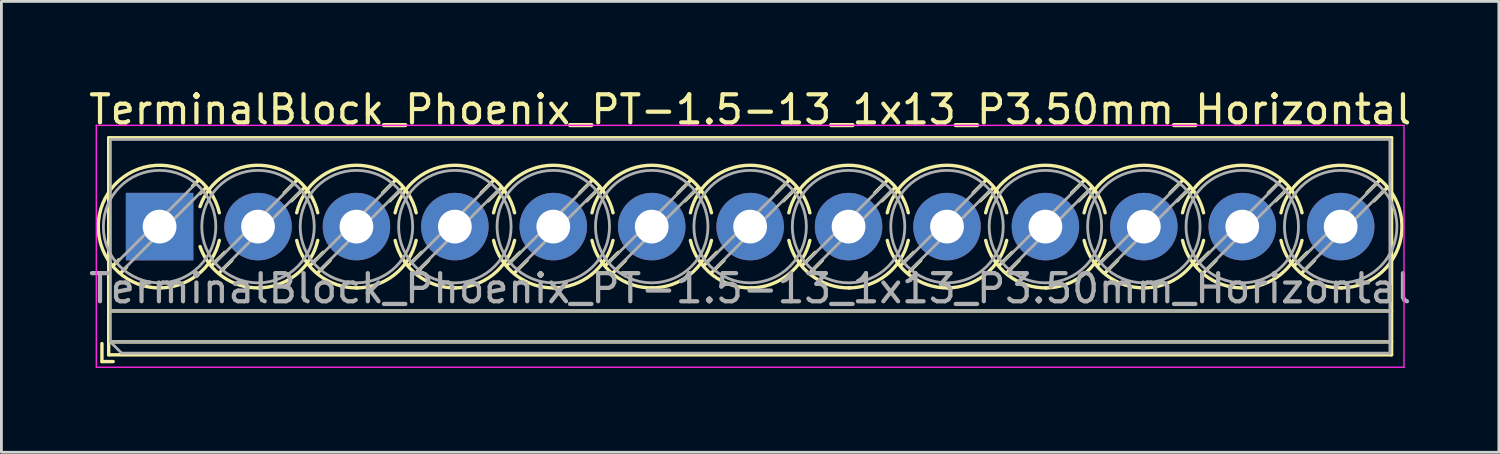
<source format=kicad_pcb>
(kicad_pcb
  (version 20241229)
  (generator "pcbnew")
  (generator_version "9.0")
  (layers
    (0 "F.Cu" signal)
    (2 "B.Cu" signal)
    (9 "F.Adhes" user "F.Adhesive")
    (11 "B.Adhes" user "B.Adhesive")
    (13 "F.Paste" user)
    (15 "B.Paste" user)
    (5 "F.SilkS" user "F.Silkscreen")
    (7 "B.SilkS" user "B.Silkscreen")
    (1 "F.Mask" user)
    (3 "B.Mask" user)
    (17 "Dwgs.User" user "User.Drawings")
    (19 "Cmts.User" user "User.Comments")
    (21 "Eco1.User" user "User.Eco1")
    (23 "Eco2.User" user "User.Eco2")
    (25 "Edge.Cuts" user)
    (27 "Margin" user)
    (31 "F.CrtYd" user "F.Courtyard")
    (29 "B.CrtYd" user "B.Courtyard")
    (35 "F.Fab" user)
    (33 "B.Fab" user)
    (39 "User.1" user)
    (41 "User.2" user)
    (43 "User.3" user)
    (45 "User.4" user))
  (footprint "TerminalBlock_Phoenix_PT-1.5-13_1x13_P3.50mm_Horizontal"
    (layer "F.Cu")
    (at 2.625 5.008)
    (property "Reference" "TerminalBlock_Phoenix_PT-1.5-13_1x13_P3.50mm_Horizontal" (at 21 -4.16 0) (layer "F.SilkS") (effects (font (size 1 1) (thickness 0.15))))
    (attr through_hole)
    (fp_line (start -2.05 4.16) (end -2.05 4.8) (stroke (width 0.12) (type solid)) (layer "F.SilkS"))
    (fp_line (start -2.05 4.8) (end -1.65 4.8) (stroke (width 0.12) (type solid)) (layer "F.SilkS"))
    (fp_line (start -1.81 -3.16) (end -1.81 4.56) (stroke (width 0.12) (type solid)) (layer "F.SilkS"))
    (fp_line (start -1.81 -3.16) (end 43.81 -3.16) (stroke (width 0.12) (type solid)) (layer "F.SilkS"))
    (fp_line (start -1.81 3) (end 43.81 3) (stroke (width 0.12) (type solid)) (layer "F.SilkS"))
    (fp_line (start -1.81 4.1) (end 43.81 4.1) (stroke (width 0.12) (type solid)) (layer "F.SilkS"))
    (fp_line (start -1.81 4.56) (end 43.81 4.56) (stroke (width 0.12) (type solid)) (layer "F.SilkS"))
    (fp_line (start -1.441 1.175) (end -1.654 1.388) (stroke (width 0.12) (type solid)) (layer "F.SilkS"))
    (fp_line (start -1.175 1.441) (end -1.388 1.654) (stroke (width 0.12) (type solid)) (layer "F.SilkS"))
    (fp_line (start 1.388 -1.654) (end 1.175 -1.441) (stroke (width 0.12) (type solid)) (layer "F.SilkS"))
    (fp_line (start 1.654 -1.388) (end 1.441 -1.175) (stroke (width 0.12) (type solid)) (layer "F.SilkS"))
    (fp_line (start 2.318 0.916) (end 1.847 1.388) (stroke (width 0.12) (type solid)) (layer "F.SilkS"))
    (fp_line (start 2.569 1.198) (end 2.113 1.654) (stroke (width 0.12) (type solid)) (layer "F.SilkS"))
    (fp_line (start 4.888 -1.654) (end 4.432 -1.198) (stroke (width 0.12) (type solid)) (layer "F.SilkS"))
    (fp_line (start 5.154 -1.388) (end 4.683 -0.916) (stroke (width 0.12) (type solid)) (layer "F.SilkS"))
    (fp_line (start 5.818 0.916) (end 5.347 1.388) (stroke (width 0.12) (type solid)) (layer "F.SilkS"))
    (fp_line (start 6.069 1.198) (end 5.613 1.654) (stroke (width 0.12) (type solid)) (layer "F.SilkS"))
    (fp_line (start 8.388 -1.654) (end 7.932 -1.198) (stroke (width 0.12) (type solid)) (layer "F.SilkS"))
    (fp_line (start 8.654 -1.388) (end 8.183 -0.916) (stroke (width 0.12) (type solid)) (layer "F.SilkS"))
    (fp_line (start 9.318 0.916) (end 8.847 1.388) (stroke (width 0.12) (type solid)) (layer "F.SilkS"))
    (fp_line (start 9.569 1.198) (end 9.113 1.654) (stroke (width 0.12) (type solid)) (layer "F.SilkS"))
    (fp_line (start 11.888 -1.654) (end 11.432 -1.198) (stroke (width 0.12) (type solid)) (layer "F.SilkS"))
    (fp_line (start 12.154 -1.388) (end 11.683 -0.916) (stroke (width 0.12) (type solid)) (layer "F.SilkS"))
    (fp_line (start 12.818 0.916) (end 12.347 1.388) (stroke (width 0.12) (type solid)) (layer "F.SilkS"))
    (fp_line (start 13.069 1.198) (end 12.613 1.654) (stroke (width 0.12) (type solid)) (layer "F.SilkS"))
    (fp_line (start 15.388 -1.654) (end 14.932 -1.198) (stroke (width 0.12) (type solid)) (layer "F.SilkS"))
    (fp_line (start 15.654 -1.388) (end 15.183 -0.916) (stroke (width 0.12) (type solid)) (layer "F.SilkS"))
    (fp_line (start 16.318 0.916) (end 15.847 1.388) (stroke (width 0.12) (type solid)) (layer "F.SilkS"))
    (fp_line (start 16.569 1.198) (end 16.113 1.654) (stroke (width 0.12) (type solid)) (layer "F.SilkS"))
    (fp_line (start 18.888 -1.654) (end 18.432 -1.198) (stroke (width 0.12) (type solid)) (layer "F.SilkS"))
    (fp_line (start 19.154 -1.388) (end 18.683 -0.916) (stroke (width 0.12) (type solid)) (layer "F.SilkS"))
    (fp_line (start 19.818 0.916) (end 19.347 1.388) (stroke (width 0.12) (type solid)) (layer "F.SilkS"))
    (fp_line (start 20.069 1.198) (end 19.613 1.654) (stroke (width 0.12) (type solid)) (layer "F.SilkS"))
    (fp_line (start 22.388 -1.654) (end 21.932 -1.198) (stroke (width 0.12) (type solid)) (layer "F.SilkS"))
    (fp_line (start 22.654 -1.388) (end 22.183 -0.916) (stroke (width 0.12) (type solid)) (layer "F.SilkS"))
    (fp_line (start 23.318 0.916) (end 22.847 1.388) (stroke (width 0.12) (type solid)) (layer "F.SilkS"))
    (fp_line (start 23.569 1.198) (end 23.113 1.654) (stroke (width 0.12) (type solid)) (layer "F.SilkS"))
    (fp_line (start 25.888 -1.654) (end 25.432 -1.198) (stroke (width 0.12) (type solid)) (layer "F.SilkS"))
    (fp_line (start 26.154 -1.388) (end 25.683 -0.916) (stroke (width 0.12) (type solid)) (layer "F.SilkS"))
    (fp_line (start 26.818 0.916) (end 26.347 1.388) (stroke (width 0.12) (type solid)) (layer "F.SilkS"))
    (fp_line (start 27.069 1.198) (end 26.613 1.654) (stroke (width 0.12) (type solid)) (layer "F.SilkS"))
    (fp_line (start 29.388 -1.654) (end 28.932 -1.198) (stroke (width 0.12) (type solid)) (layer "F.SilkS"))
    (fp_line (start 29.654 -1.388) (end 29.183 -0.916) (stroke (width 0.12) (type solid)) (layer "F.SilkS"))
    (fp_line (start 30.318 0.916) (end 29.847 1.388) (stroke (width 0.12) (type solid)) (layer "F.SilkS"))
    (fp_line (start 30.569 1.198) (end 30.113 1.654) (stroke (width 0.12) (type solid)) (layer "F.SilkS"))
    (fp_line (start 32.888 -1.654) (end 32.432 -1.198) (stroke (width 0.12) (type solid)) (layer "F.SilkS"))
    (fp_line (start 33.154 -1.388) (end 32.683 -0.916) (stroke (width 0.12) (type solid)) (layer "F.SilkS"))
    (fp_line (start 33.818 0.916) (end 33.347 1.388) (stroke (width 0.12) (type solid)) (layer "F.SilkS"))
    (fp_line (start 34.069 1.198) (end 33.613 1.654) (stroke (width 0.12) (type solid)) (layer "F.SilkS"))
    (fp_line (start 36.388 -1.654) (end 35.932 -1.198) (stroke (width 0.12) (type solid)) (layer "F.SilkS"))
    (fp_line (start 36.654 -1.388) (end 36.183 -0.916) (stroke (width 0.12) (type solid)) (layer "F.SilkS"))
    (fp_line (start 37.318 0.916) (end 36.847 1.388) (stroke (width 0.12) (type solid)) (layer "F.SilkS"))
    (fp_line (start 37.569 1.198) (end 37.113 1.654) (stroke (width 0.12) (type solid)) (layer "F.SilkS"))
    (fp_line (start 39.888 -1.654) (end 39.432 -1.198) (stroke (width 0.12) (type solid)) (layer "F.SilkS"))
    (fp_line (start 40.154 -1.388) (end 39.683 -0.916) (stroke (width 0.12) (type solid)) (layer "F.SilkS"))
    (fp_line (start 40.818 0.916) (end 40.347 1.388) (stroke (width 0.12) (type solid)) (layer "F.SilkS"))
    (fp_line (start 41.069 1.198) (end 40.613 1.654) (stroke (width 0.12) (type solid)) (layer "F.SilkS"))
    (fp_line (start 43.388 -1.654) (end 42.932 -1.198) (stroke (width 0.12) (type solid)) (layer "F.SilkS"))
    (fp_line (start 43.654 -1.388) (end 43.183 -0.916) (stroke (width 0.12) (type solid)) (layer "F.SilkS"))
    (fp_line (start 43.81 -3.16) (end 43.81 4.56) (stroke (width 0.12) (type solid)) (layer "F.SilkS"))
    (fp_arc (start 0.038458 2.180648) (mid -1.718884 -1.342439) (end 2.125 -0.491) (stroke (width 0.12) (type solid)) (layer "F.SilkS"))
    (fp_arc (start 1.437707 -0.709687) (mid 3.61375 -2.17802) (end 5.625 -0.491) (stroke (width 0.12) (type solid)) (layer "F.SilkS"))
    (fp_arc (start 2.124127 0.490393) (mid 1.357082 1.706086) (end 0 2.18) (stroke (width 0.12) (type solid)) (layer "F.SilkS"))
    (fp_arc (start 3.538366 2.17953) (mid 2.249943 1.785828) (end 1.439 0.71) (stroke (width 0.12) (type solid)) (layer "F.SilkS"))
    (fp_arc (start 4.874822 -0.490231) (mid 6.999605 -2.180988) (end 9.125 -0.491) (stroke (width 0.12) (type solid)) (layer "F.SilkS"))
    (fp_arc (start 5.624127 0.490393) (mid 4.857082 1.706086) (end 3.5 2.18) (stroke (width 0.12) (type solid)) (layer "F.SilkS"))
    (fp_arc (start 7.038666 2.17967) (mid 5.658338 1.718255) (end 4.876 0.491) (stroke (width 0.12) (type solid)) (layer "F.SilkS"))
    (fp_arc (start 8.374822 -0.490231) (mid 10.499605 -2.180988) (end 12.625 -0.491) (stroke (width 0.12) (type solid)) (layer "F.SilkS"))
    (fp_arc (start 9.124127 0.490393) (mid 8.357082 1.706086) (end 7 2.18) (stroke (width 0.12) (type solid)) (layer "F.SilkS"))
    (fp_arc (start 10.538666 2.17967) (mid 9.158338 1.718255) (end 8.376 0.491) (stroke (width 0.12) (type solid)) (layer "F.SilkS"))
    (fp_arc (start 11.874822 -0.490231) (mid 13.999605 -2.180988) (end 16.125 -0.491) (stroke (width 0.12) (type solid)) (layer "F.SilkS"))
    (fp_arc (start 12.624127 0.490393) (mid 11.857082 1.706086) (end 10.5 2.18) (stroke (width 0.12) (type solid)) (layer "F.SilkS"))
    (fp_arc (start 14.038666 2.17967) (mid 12.658338 1.718255) (end 11.876 0.491) (stroke (width 0.12) (type solid)) (layer "F.SilkS"))
    (fp_arc (start 15.374822 -0.490231) (mid 17.499605 -2.180988) (end 19.625 -0.491) (stroke (width 0.12) (type solid)) (layer "F.SilkS"))
    (fp_arc (start 16.124127 0.490393) (mid 15.357082 1.706086) (end 14 2.18) (stroke (width 0.12) (type solid)) (layer "F.SilkS"))
    (fp_arc (start 17.538666 2.17967) (mid 16.158338 1.718255) (end 15.376 0.491) (stroke (width 0.12) (type solid)) (layer "F.SilkS"))
    (fp_arc (start 18.874822 -0.490231) (mid 20.999605 -2.180988) (end 23.125 -0.491) (stroke (width 0.12) (type solid)) (layer "F.SilkS"))
    (fp_arc (start 19.624127 0.490393) (mid 18.857082 1.706086) (end 17.5 2.18) (stroke (width 0.12) (type solid)) (layer "F.SilkS"))
    (fp_arc (start 21.038666 2.17967) (mid 19.658338 1.718255) (end 18.876 0.491) (stroke (width 0.12) (type solid)) (layer "F.SilkS"))
    (fp_arc (start 22.374822 -0.490231) (mid 24.499605 -2.180988) (end 26.625 -0.491) (stroke (width 0.12) (type solid)) (layer "F.SilkS"))
    (fp_arc (start 23.124127 0.490393) (mid 22.357082 1.706086) (end 21 2.18) (stroke (width 0.12) (type solid)) (layer "F.SilkS"))
    (fp_arc (start 24.538666 2.17967) (mid 23.158338 1.718255) (end 22.376 0.491) (stroke (width 0.12) (type solid)) (layer "F.SilkS"))
    (fp_arc (start 25.874822 -0.490231) (mid 27.999605 -2.180988) (end 30.125 -0.491) (stroke (width 0.12) (type solid)) (layer "F.SilkS"))
    (fp_arc (start 26.624127 0.490393) (mid 25.857082 1.706086) (end 24.5 2.18) (stroke (width 0.12) (type solid)) (layer "F.SilkS"))
    (fp_arc (start 28.038666 2.17967) (mid 26.658338 1.718255) (end 25.876 0.491) (stroke (width 0.12) (type solid)) (layer "F.SilkS"))
    (fp_arc (start 29.374822 -0.490231) (mid 31.499605 -2.180988) (end 33.625 -0.491) (stroke (width 0.12) (type solid)) (layer "F.SilkS"))
    (fp_arc (start 30.124127 0.490393) (mid 29.357082 1.706086) (end 28 2.18) (stroke (width 0.12) (type solid)) (layer "F.SilkS"))
    (fp_arc (start 31.538666 2.17967) (mid 30.158338 1.718255) (end 29.376 0.491) (stroke (width 0.12) (type solid)) (layer "F.SilkS"))
    (fp_arc (start 32.874822 -0.490231) (mid 34.999605 -2.180988) (end 37.125 -0.491) (stroke (width 0.12) (type solid)) (layer "F.SilkS"))
    (fp_arc (start 33.624127 0.490393) (mid 32.857082 1.706086) (end 31.5 2.18) (stroke (width 0.12) (type solid)) (layer "F.SilkS"))
    (fp_arc (start 35.038666 2.17967) (mid 33.658338 1.718255) (end 32.876 0.491) (stroke (width 0.12) (type solid)) (layer "F.SilkS"))
    (fp_arc (start 36.374822 -0.490231) (mid 38.499605 -2.180988) (end 40.625 -0.491) (stroke (width 0.12) (type solid)) (layer "F.SilkS"))
    (fp_arc (start 37.124127 0.490393) (mid 36.357082 1.706086) (end 35 2.18) (stroke (width 0.12) (type solid)) (layer "F.SilkS"))
    (fp_arc (start 38.538666 2.17967) (mid 37.158338 1.718255) (end 36.376 0.491) (stroke (width 0.12) (type solid)) (layer "F.SilkS"))
    (fp_arc (start 39.875873 -0.490393) (mid 43.706086 -1.357082) (end 42 2.18) (stroke (width 0.12) (type solid)) (layer "F.SilkS"))
    (fp_arc (start 40.624127 0.490393) (mid 39.857082 1.706086) (end 38.5 2.18) (stroke (width 0.12) (type solid)) (layer "F.SilkS"))
    (fp_arc (start 42.038666 2.17967) (mid 40.658338 1.718255) (end 39.876 0.491) (stroke (width 0.12) (type solid)) (layer "F.SilkS"))
    (fp_line (start -2.25 -3.6) (end -2.25 5) (stroke (width 0.05) (type solid)) (layer "F.CrtYd"))
    (fp_line (start -2.25 5) (end 44.25 5) (stroke (width 0.05) (type solid)) (layer "F.CrtYd"))
    (fp_line (start 44.25 -3.6) (end -2.25 -3.6) (stroke (width 0.05) (type solid)) (layer "F.CrtYd"))
    (fp_line (start 44.25 5) (end 44.25 -3.6) (stroke (width 0.05) (type solid)) (layer "F.CrtYd"))
    (fp_line (start -1.75 -3.1) (end 43.75 -3.1) (stroke (width 0.1) (type solid)) (layer "F.Fab"))
    (fp_line (start -1.75 3) (end 43.75 3) (stroke (width 0.1) (type solid)) (layer "F.Fab"))
    (fp_line (start -1.75 4.1) (end -1.75 -3.1) (stroke (width 0.1) (type solid)) (layer "F.Fab"))
    (fp_line (start -1.75 4.1) (end 43.75 4.1) (stroke (width 0.1) (type solid)) (layer "F.Fab"))
    (fp_line (start -1.35 4.5) (end -1.75 4.1) (stroke (width 0.1) (type solid)) (layer "F.Fab"))
    (fp_line (start 1.273 -1.517) (end -1.517 1.273) (stroke (width 0.1) (type solid)) (layer "F.Fab"))
    (fp_line (start 1.517 -1.273) (end -1.273 1.517) (stroke (width 0.1) (type solid)) (layer "F.Fab"))
    (fp_line (start 4.773 -1.517) (end 1.984 1.273) (stroke (width 0.1) (type solid)) (layer "F.Fab"))
    (fp_line (start 5.017 -1.273) (end 2.228 1.517) (stroke (width 0.1) (type solid)) (layer "F.Fab"))
    (fp_line (start 8.273 -1.517) (end 5.484 1.273) (stroke (width 0.1) (type solid)) (layer "F.Fab"))
    (fp_line (start 8.517 -1.273) (end 5.728 1.517) (stroke (width 0.1) (type solid)) (layer "F.Fab"))
    (fp_line (start 11.773 -1.517) (end 8.984 1.273) (stroke (width 0.1) (type solid)) (layer "F.Fab"))
    (fp_line (start 12.017 -1.273) (end 9.228 1.517) (stroke (width 0.1) (type solid)) (layer "F.Fab"))
    (fp_line (start 15.273 -1.517) (end 12.484 1.273) (stroke (width 0.1) (type solid)) (layer "F.Fab"))
    (fp_line (start 15.517 -1.273) (end 12.728 1.517) (stroke (width 0.1) (type solid)) (layer "F.Fab"))
    (fp_line (start 18.773 -1.517) (end 15.984 1.273) (stroke (width 0.1) (type solid)) (layer "F.Fab"))
    (fp_line (start 19.017 -1.273) (end 16.228 1.517) (stroke (width 0.1) (type solid)) (layer "F.Fab"))
    (fp_line (start 22.273 -1.517) (end 19.484 1.273) (stroke (width 0.1) (type solid)) (layer "F.Fab"))
    (fp_line (start 22.517 -1.273) (end 19.728 1.517) (stroke (width 0.1) (type solid)) (layer "F.Fab"))
    (fp_line (start 25.773 -1.517) (end 22.984 1.273) (stroke (width 0.1) (type solid)) (layer "F.Fab"))
    (fp_line (start 26.017 -1.273) (end 23.228 1.517) (stroke (width 0.1) (type solid)) (layer "F.Fab"))
    (fp_line (start 29.273 -1.517) (end 26.484 1.273) (stroke (width 0.1) (type solid)) (layer "F.Fab"))
    (fp_line (start 29.517 -1.273) (end 26.728 1.517) (stroke (width 0.1) (type solid)) (layer "F.Fab"))
    (fp_line (start 32.773 -1.517) (end 29.984 1.273) (stroke (width 0.1) (type solid)) (layer "F.Fab"))
    (fp_line (start 33.017 -1.273) (end 30.228 1.517) (stroke (width 0.1) (type solid)) (layer "F.Fab"))
    (fp_line (start 36.273 -1.517) (end 33.484 1.273) (stroke (width 0.1) (type solid)) (layer "F.Fab"))
    (fp_line (start 36.517 -1.273) (end 33.728 1.517) (stroke (width 0.1) (type solid)) (layer "F.Fab"))
    (fp_line (start 39.773 -1.517) (end 36.984 1.273) (stroke (width 0.1) (type solid)) (layer "F.Fab"))
    (fp_line (start 40.017 -1.273) (end 37.228 1.517) (stroke (width 0.1) (type solid)) (layer "F.Fab"))
    (fp_line (start 43.273 -1.517) (end 40.484 1.273) (stroke (width 0.1) (type solid)) (layer "F.Fab"))
    (fp_line (start 43.517 -1.273) (end 40.728 1.517) (stroke (width 0.1) (type solid)) (layer "F.Fab"))
    (fp_line (start 43.75 -3.1) (end 43.75 4.5) (stroke (width 0.1) (type solid)) (layer "F.Fab"))
    (fp_line (start 43.75 4.5) (end -1.35 4.5) (stroke (width 0.1) (type solid)) (layer "F.Fab"))
    (fp_circle (center 0 0) (end 2 0) (stroke (width 0.1) (type solid)) (fill no) (layer "F.Fab"))
    (fp_circle (center 3.5 0) (end 5.5 0) (stroke (width 0.1) (type solid)) (fill no) (layer "F.Fab"))
    (fp_circle (center 7 0) (end 9 0) (stroke (width 0.1) (type solid)) (fill no) (layer "F.Fab"))
    (fp_circle (center 10.5 0) (end 12.5 0) (stroke (width 0.1) (type solid)) (fill no) (layer "F.Fab"))
    (fp_circle (center 14 0) (end 16 0) (stroke (width 0.1) (type solid)) (fill no) (layer "F.Fab"))
    (fp_circle (center 17.5 0) (end 19.5 0) (stroke (width 0.1) (type solid)) (fill no) (layer "F.Fab"))
    (fp_circle (center 21 0) (end 23 0) (stroke (width 0.1) (type solid)) (fill no) (layer "F.Fab"))
    (fp_circle (center 24.5 0) (end 26.5 0) (stroke (width 0.1) (type solid)) (fill no) (layer "F.Fab"))
    (fp_circle (center 28 0) (end 30 0) (stroke (width 0.1) (type solid)) (fill no) (layer "F.Fab"))
    (fp_circle (center 31.5 0) (end 33.5 0) (stroke (width 0.1) (type solid)) (fill no) (layer "F.Fab"))
    (fp_circle (center 35 0) (end 37 0) (stroke (width 0.1) (type solid)) (fill no) (layer "F.Fab"))
    (fp_circle (center 38.5 0) (end 40.5 0) (stroke (width 0.1) (type solid)) (fill no) (layer "F.Fab"))
    (fp_circle (center 42 0) (end 44 0) (stroke (width 0.1) (type solid)) (fill no) (layer "F.Fab"))
    (fp_text user "${REFERENCE}" (at 21 2.2 0) (layer "F.Fab") (effects (font (size 1 1) (thickness 0.15))))
    (pad "1" thru_hole rect (at 0 0) (size 2.4 2.4) (drill 1.2) (layers "*.Cu" "*.Mask"))
    (pad "2" thru_hole circle (at 3.5 0) (size 2.4 2.4) (drill 1.2) (layers "*.Cu" "*.Mask"))
    (pad "3" thru_hole circle (at 7 0) (size 2.4 2.4) (drill 1.2) (layers "*.Cu" "*.Mask"))
    (pad "4" thru_hole circle (at 10.5 0) (size 2.4 2.4) (drill 1.2) (layers "*.Cu" "*.Mask"))
    (pad "5" thru_hole circle (at 14 0) (size 2.4 2.4) (drill 1.2) (layers "*.Cu" "*.Mask"))
    (pad "6" thru_hole circle (at 17.5 0) (size 2.4 2.4) (drill 1.2) (layers "*.Cu" "*.Mask"))
    (pad "7" thru_hole circle (at 21 0) (size 2.4 2.4) (drill 1.2) (layers "*.Cu" "*.Mask"))
    (pad "8" thru_hole circle (at 24.5 0) (size 2.4 2.4) (drill 1.2) (layers "*.Cu" "*.Mask"))
    (pad "9" thru_hole circle (at 28 0) (size 2.4 2.4) (drill 1.2) (layers "*.Cu" "*.Mask"))
    (pad "10" thru_hole circle (at 31.5 0) (size 2.4 2.4) (drill 1.2) (layers "*.Cu" "*.Mask"))
    (pad "11" thru_hole circle (at 35 0) (size 2.4 2.4) (drill 1.2) (layers "*.Cu" "*.Mask"))
    (pad "12" thru_hole circle (at 38.5 0) (size 2.4 2.4) (drill 1.2) (layers "*.Cu" "*.Mask"))
    (pad "13" thru_hole circle (at 42 0) (size 2.4 2.4) (drill 1.2) (layers "*.Cu" "*.Mask")))
  (gr_rect
    (start -3 -3)
    (end 50.25 13.033)
    (stroke (width 0.1) (type default))
    (fill no)
    (layer "Edge.Cuts")))
</source>
